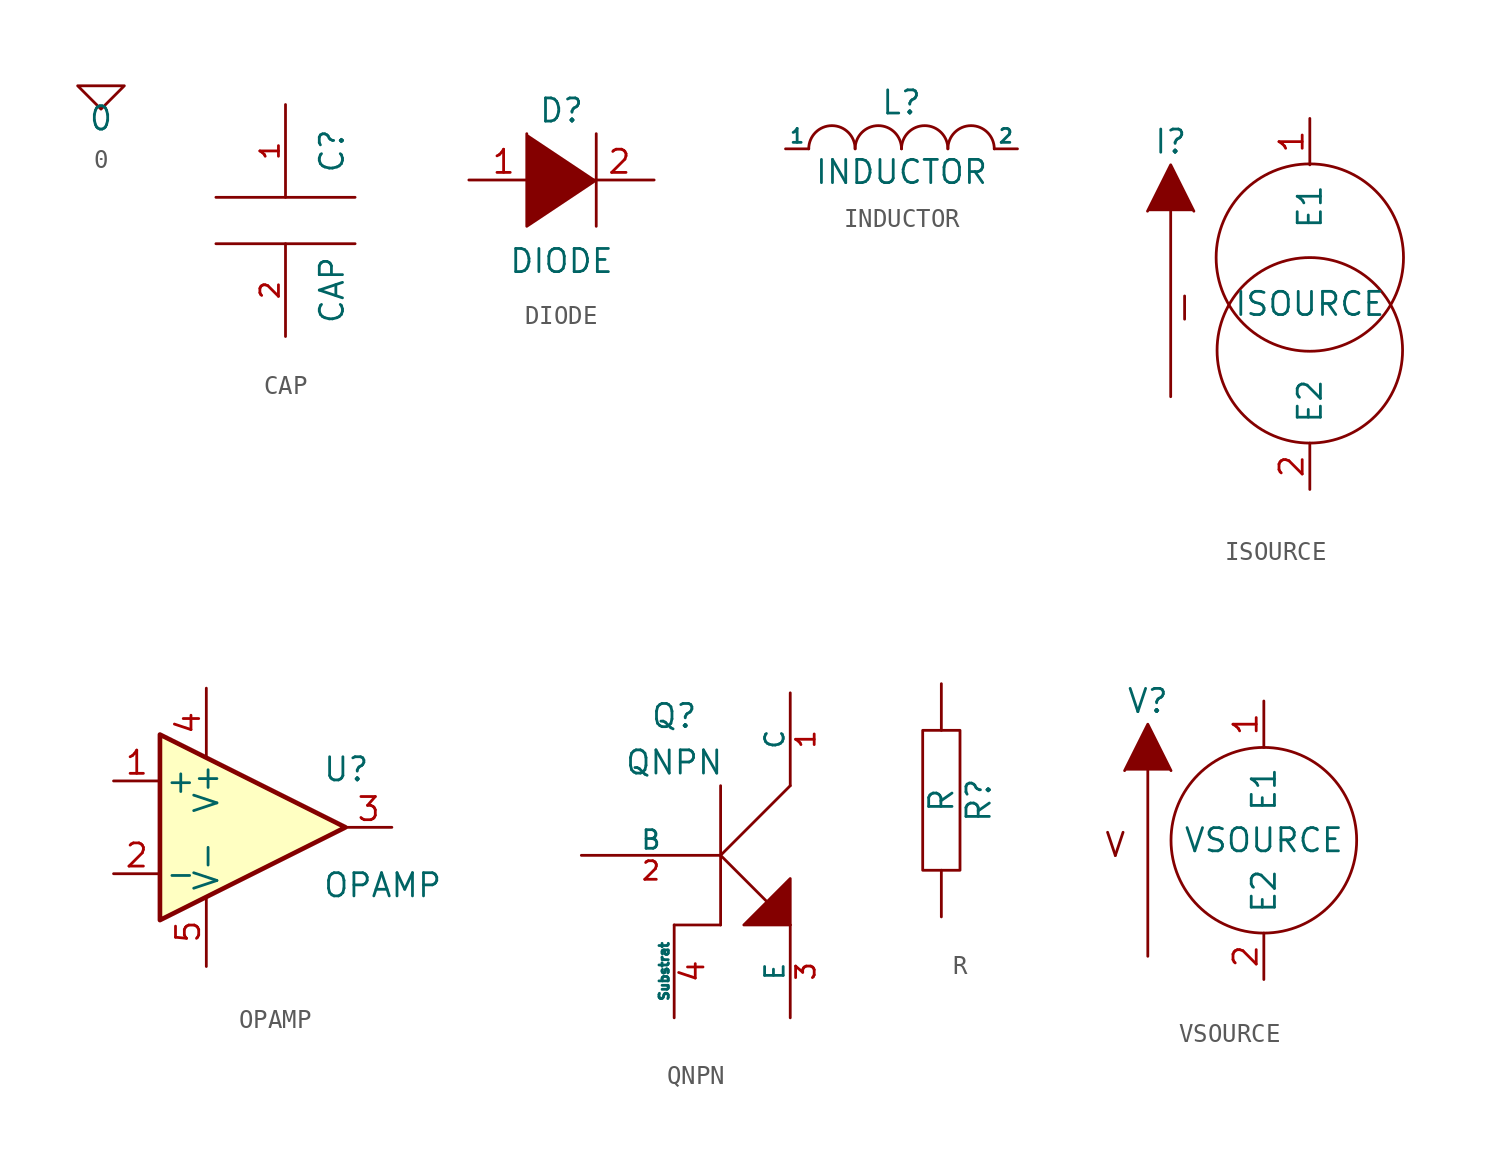
<source format=kicad_sym>
(kicad_symbol_lib
  (version 20201005)
  (generator kicad_symbol_editor)
  (symbol "0"
    (power)
    (pin_names
      (offset 0))
    (property "Reference" "#GND"
      (at 0 -2.54 0)
      (effects (font (size 1.27 1.27)) hide))
    (property "Value" "0"
      (at 0 -1.778 0)
      (effects (font (size 1.27 1.27))))
    (symbol "0_0_1"
      (polyline (pts (xy -1.27 0) (xy 0 -1.27) (xy 1.27 0) (xy -1.27 0)) (stroke (width 0)) (fill (type none))))
    (symbol "0_1_1"
      (pin power_in line (at 0 0 0) (length 0) hide (name "0" (effects (font (size 1.016 1.016)))) (number "1" (effects (font (size 1.016 1.016)))))))
  (symbol "CAP"
    (pin_names
      (offset 0.254))
    (property "Reference" "C"
      (at 2.54 3.81 90)
      (effects (font (size 1.27 1.27))))
    (property "Value" "CAP"
      (at 2.54 -3.81 90)
      (effects (font (size 1.27 1.27))))
    (symbol "CAP_0_1"
      (polyline (pts (xy -3.81 -1.27) (xy 3.81 -1.27)) (stroke (width 0)) (fill (type none)))
      (polyline (pts (xy -3.81 1.27) (xy 3.81 1.27)) (stroke (width 0)) (fill (type none))))
    (symbol "CAP_1_1"
      (pin passive line (at 0 6.35 270) (length 5.08) (name "~" (effects (font (size 1.016 1.016)))) (number "1" (effects (font (size 1.016 1.016)))))
      (pin passive line (at 0 -6.35 90) (length 5.08) (name "~" (effects (font (size 1.016 1.016)))) (number "2" (effects (font (size 1.016 1.016)))))))
  (symbol "DIODE"
    (pin_names
      (offset 1.016) hide)
    (property "Reference" "D"
      (at 0 3.81 0)
      (effects (font (size 1.27 1.27))))
    (property "Value" "DIODE"
      (at 0 -4.445 0)
      (effects (font (size 1.27 1.27))))
    (symbol "DIODE_0_1"
      (polyline (pts (xy 1.905 2.54) (xy 1.905 -2.54)) (stroke (width 0)) (fill (type none)))
      (polyline (pts (xy -1.905 2.54) (xy -1.905 -2.54) (xy 1.905 0)) (stroke (width 0)) (fill (type outline))))
    (symbol "DIODE_1_1"
      (pin input line (at -5.08 0 0) (length 3.81) (name "K" (effects (font (size 1.27 1.27)))) (number "1" (effects (font (size 1.27 1.27)))))
      (pin input line (at 5.08 0 180) (length 3.81) (name "A" (effects (font (size 1.27 1.27)))) (number "2" (effects (font (size 1.27 1.27)))))))
  (symbol "INDUCTOR"
    (pin_numbers hide)
    (pin_names
      (offset 0))
    (property "Reference" "L"
      (at 0 2.54 0)
      (effects (font (size 1.27 1.27))))
    (property "Value" "INDUCTOR"
      (at 0 -1.27 0)
      (effects (font (size 1.27 1.27))))
    (symbol "INDUCTOR_0_1"
      (arc (start -2.54 0) (end -5.08 0) (radius (at -3.81 0) (length 1.27) (angles 0.1 179.9)) (stroke (width 0)) (fill (type none)))
      (arc (start 0 0) (end -2.54 0) (radius (at -1.27 0) (length 1.27) (angles 0.1 179.9)) (stroke (width 0)) (fill (type none)))
      (arc (start 2.54 0) (end 0 0) (radius (at 1.27 0) (length 1.27) (angles 0.1 179.9)) (stroke (width 0)) (fill (type none)))
      (arc (start 5.08 0) (end 2.54 0) (radius (at 3.81 0) (length 1.27) (angles 0.1 179.9)) (stroke (width 0)) (fill (type none))))
    (symbol "INDUCTOR_1_1"
      (pin input line (at -6.35 0 0) (length 1.27) (name "1" (effects (font (size 0.762 0.762)))) (number "1" (effects (font (size 0.762 0.762)))))
      (pin input line (at 6.35 0 180) (length 1.27) (name "2" (effects (font (size 0.762 0.762)))) (number "2" (effects (font (size 0.762 0.762)))))))
  (symbol "ISOURCE"
    (pin_names
      (offset 1.016))
    (property "Reference" "I"
      (at -7.62 8.89 0)
      (effects (font (size 1.27 1.27))))
    (property "Value" "ISOURCE"
      (at 0 0 0)
      (effects (font (size 1.27 1.27))))
    (symbol "ISOURCE_0_1"
      (circle (center 0 -2.54) (radius 5.08) (stroke (width 0)) (fill (type none)))
      (circle (center 0 2.54) (radius 5.131) (stroke (width 0)) (fill (type none)))
      (text "I" (at -6.858 -0.254 0) (effects (font (size 1.27 1.27))))
      (polyline (pts (xy -7.62 -5.08) (xy -7.62 5.08)) (stroke (width 0)) (fill (type outline)))
      (polyline (pts (xy -8.89 5.08) (xy -7.62 7.62) (xy -6.35 5.08)) (stroke (width 0)) (fill (type outline))))
    (symbol "ISOURCE_1_1"
      (pin input line (at 0 10.16 270) (length 2.54) (name "E1" (effects (font (size 1.27 1.27)))) (number "1" (effects (font (size 1.27 1.27)))))
      (pin input line (at 0 -10.16 90) (length 2.54) (name "E2" (effects (font (size 1.27 1.27)))) (number "2" (effects (font (size 1.27 1.27)))))))
  (symbol "OPAMP"
    (pin_names
      (offset 0.254))
    (property "Reference" "U"
      (at 3.81 3.175 0)
      (effects (font (size 1.27 1.27)) (justify left)))
    (property "Value" "OPAMP"
      (at 3.81 -3.175 0)
      (effects (font (size 1.27 1.27)) (justify left)))
    (symbol "OPAMP_0_1"
      (polyline (pts (xy 5.08 0) (xy -5.08 5.08) (xy -5.08 -5.08) (xy 5.08 0)) (stroke (width 0.254)) (fill (type background))))
    (symbol "OPAMP_1_1"
      (pin input line (at -7.62 2.54 0) (length 2.54) (name "+" (effects (font (size 1.27 1.27)))) (number "1" (effects (font (size 1.27 1.27)))))
      (pin input line (at -7.62 -2.54 0) (length 2.54) (name "-" (effects (font (size 1.27 1.27)))) (number "2" (effects (font (size 1.27 1.27)))))
      (pin output line (at 7.62 0 180) (length 2.54) (name "~" (effects (font (size 1.27 1.27)))) (number "3" (effects (font (size 1.27 1.27)))))
      (pin power_in line (at -2.54 7.62 270) (length 3.81) (name "V+" (effects (font (size 1.27 1.27)))) (number "4" (effects (font (size 1.27 1.27)))))
      (pin power_in line (at -2.54 -7.62 90) (length 3.81) (name "V-" (effects (font (size 1.27 1.27)))) (number "5" (effects (font (size 1.27 1.27)))))))
  (symbol "QNPN"
    (pin_names
      (offset 0))
    (property "Reference" "Q"
      (at -2.54 7.62 0)
      (effects (font (size 1.27 1.27))))
    (property "Value" "QNPN"
      (at -2.54 5.08 0)
      (effects (font (size 1.27 1.27))))
    (symbol "QNPN_0_0"
      (polyline (pts (xy 0 0) (xy 3.81 -3.81)) (stroke (width 0)) (fill (type none)))
      (polyline (pts (xy 3.81 -3.81) (xy 3.81 -1.27) (xy 1.27 -3.81) (xy 3.81 -3.81)) (stroke (width 0)) (fill (type outline))))
    (symbol "QNPN_0_1"
      (polyline (pts (xy 0 -3.81) (xy 0 3.81)) (stroke (width 0)) (fill (type none)))
      (polyline (pts (xy 0 0) (xy 3.81 3.81)) (stroke (width 0)) (fill (type none)))
      (polyline (pts (xy -2.54 -3.81) (xy 0 -3.81) (xy 0 -3.81) (xy 0 -3.81)) (stroke (width 0)) (fill (type none))))
    (symbol "QNPN_1_1"
      (pin passive line (at 3.81 8.89 270) (length 5.08) (name "C" (effects (font (size 1.016 1.016)))) (number "1" (effects (font (size 1.016 1.016)))))
      (pin input line (at -7.62 0 0) (length 7.62) (name "B" (effects (font (size 1.016 1.016)))) (number "2" (effects (font (size 1.016 1.016)))))
      (pin passive line (at 3.81 -8.89 90) (length 5.08) (name "E" (effects (font (size 1.016 1.016)))) (number "3" (effects (font (size 1.016 1.016)))))
      (pin input line (at -2.54 -8.89 90) (length 5.08) (name "Substrat" (effects (font (size 0.508 0.508)))) (number "4" (effects (font (size 1.27 1.27)))))))
  (symbol "R"
    (pin_numbers hide)
    (pin_names
      (offset 0))
    (property "Reference" "R"
      (at 2.032 0 90)
      (effects (font (size 1.27 1.27))))
    (property "Value" "R"
      (at 0 0 90)
      (effects (font (size 1.27 1.27))))
    (symbol "R_0_1"
      (rectangle (start -1.016 3.81) (end 1.016 -3.81) (stroke (width 0)) (fill (type none))))
    (symbol "R_1_1"
      (pin passive line (at 0 6.35 270) (length 2.54) (name "~" (effects (font (size 1.27 1.27)))) (number "1" (effects (font (size 1.27 1.27)))))
      (pin passive line (at 0 -6.35 90) (length 2.54) (name "~" (effects (font (size 1.27 1.27)))) (number "2" (effects (font (size 1.27 1.27)))))))
  (symbol "VSOURCE"
    (pin_names
      (offset 1.016))
    (property "Reference" "V"
      (at -6.35 7.62 0)
      (effects (font (size 1.27 1.27))))
    (property "Value" "VSOURCE"
      (at 0 0 0)
      (effects (font (size 1.27 1.27))))
    (symbol "VSOURCE_0_1"
      (circle (center 0 0) (radius 5.08) (stroke (width 0)) (fill (type none)))
      (text "V" (at -8.128 -0.254 0) (effects (font (size 1.27 1.27))))
      (polyline (pts (xy -6.35 -6.35) (xy -6.35 3.81)) (stroke (width 0)) (fill (type outline)))
      (polyline (pts (xy -7.62 3.81) (xy -6.35 6.35) (xy -5.08 3.81)) (stroke (width 0)) (fill (type outline))))
    (symbol "VSOURCE_1_1"
      (pin input line (at 0 7.62 270) (length 2.54) (name "E1" (effects (font (size 1.27 1.27)))) (number "1" (effects (font (size 1.27 1.27)))))
      (pin input line (at 0 -7.62 90) (length 2.54) (name "E2" (effects (font (size 1.27 1.27)))) (number "2" (effects (font (size 1.27 1.27))))))))
</source>
